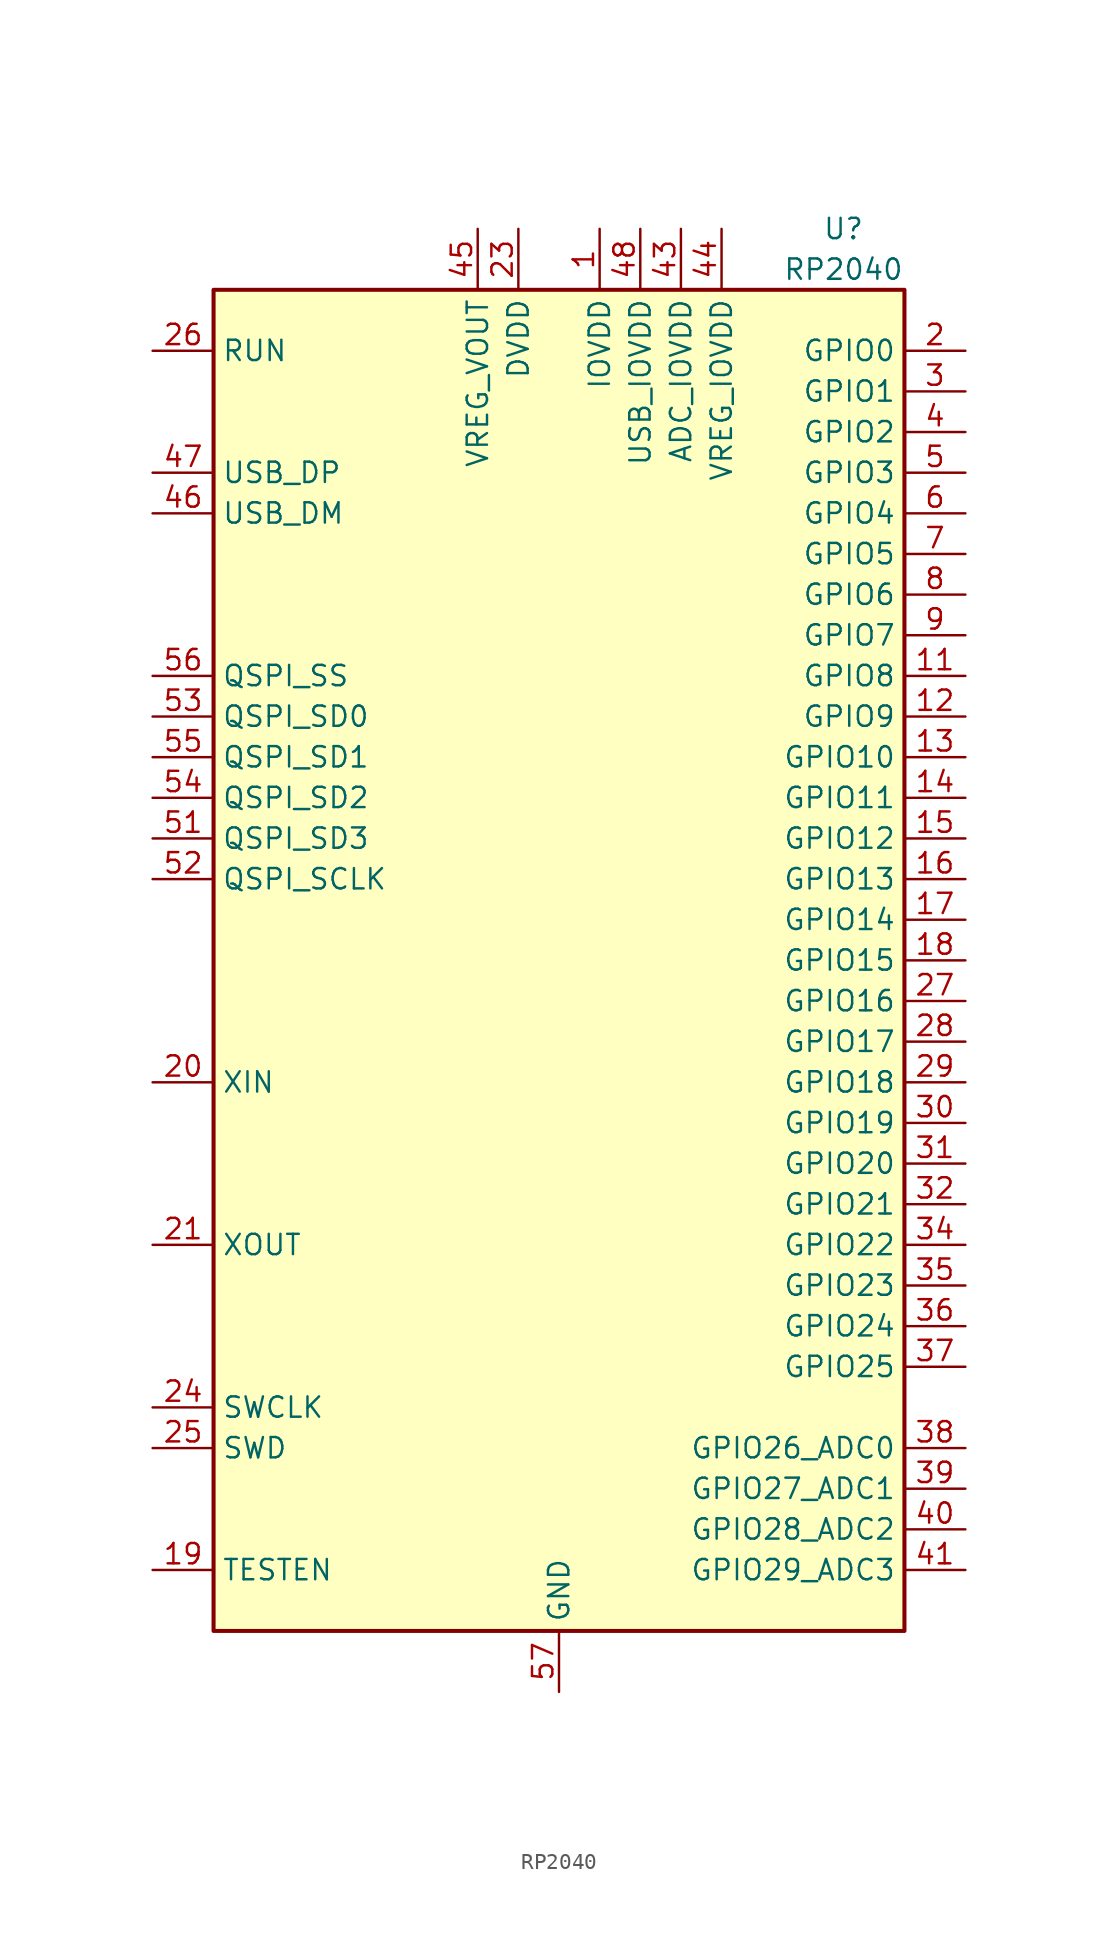
<source format=kicad_sym>
(kicad_symbol_lib
  (version 20241209)
  (generator "kicad_symbol_editor")
  (generator_version "9.0")
  (symbol "RP2040"
    (property "Reference" "U"
      (at 17.78 45.72 0)
      (effects (font (size 1.27 1.27))))
    (property "Value" "RP2040"
      (at 17.78 43.18 0)
      (effects (font (size 1.27 1.27))))
    (symbol "RP2040_0_1"
      (rectangle (start -21.59 41.91) (end 21.59 -41.91) (stroke (width 0.254) (type default)) (fill (type background))))
    (symbol "RP2040_1_1"
      (pin input line (at -25.4 38.1 0) (length 3.81) (name "RUN" (effects (font (size 1.27 1.27)))) (number "26" (effects (font (size 1.27 1.27)))))
      (pin bidirectional line (at -25.4 30.48 0) (length 3.81) (name "USB_DP" (effects (font (size 1.27 1.27)))) (number "47" (effects (font (size 1.27 1.27)))))
      (pin bidirectional line (at -25.4 27.94 0) (length 3.81) (name "USB_DM" (effects (font (size 1.27 1.27)))) (number "46" (effects (font (size 1.27 1.27)))))
      (pin bidirectional line (at -25.4 17.78 0) (length 3.81) (name "QSPI_SS" (effects (font (size 1.27 1.27)))) (number "56" (effects (font (size 1.27 1.27)))))
      (pin bidirectional line (at -25.4 15.24 0) (length 3.81) (name "QSPI_SD0" (effects (font (size 1.27 1.27)))) (number "53" (effects (font (size 1.27 1.27)))))
      (pin bidirectional line (at -25.4 12.7 0) (length 3.81) (name "QSPI_SD1" (effects (font (size 1.27 1.27)))) (number "55" (effects (font (size 1.27 1.27)))))
      (pin bidirectional line (at -25.4 10.16 0) (length 3.81) (name "QSPI_SD2" (effects (font (size 1.27 1.27)))) (number "54" (effects (font (size 1.27 1.27)))))
      (pin bidirectional line (at -25.4 7.62 0) (length 3.81) (name "QSPI_SD3" (effects (font (size 1.27 1.27)))) (number "51" (effects (font (size 1.27 1.27)))))
      (pin output line (at -25.4 5.08 0) (length 3.81) (name "QSPI_SCLK" (effects (font (size 1.27 1.27)))) (number "52" (effects (font (size 1.27 1.27)))))
      (pin input line (at -25.4 -7.62 0) (length 3.81) (name "XIN" (effects (font (size 1.27 1.27)))) (number "20" (effects (font (size 1.27 1.27)))))
      (pin passive line (at -25.4 -17.78 0) (length 3.81) (name "XOUT" (effects (font (size 1.27 1.27)))) (number "21" (effects (font (size 1.27 1.27)))))
      (pin input line (at -25.4 -27.94 0) (length 3.81) (name "SWCLK" (effects (font (size 1.27 1.27)))) (number "24" (effects (font (size 1.27 1.27)))))
      (pin bidirectional line (at -25.4 -30.48 0) (length 3.81) (name "SWD" (effects (font (size 1.27 1.27)))) (number "25" (effects (font (size 1.27 1.27)))))
      (pin input line (at -25.4 -38.1 0) (length 3.81) (name "TESTEN" (effects (font (size 1.27 1.27)))) (number "19" (effects (font (size 1.27 1.27)))))
      (pin power_out line (at -5.08 45.72 270) (length 3.81) (name "VREG_VOUT" (effects (font (size 1.27 1.27)))) (number "45" (effects (font (size 1.27 1.27)))))
      (pin power_in line (at -2.54 45.72 270) (length 3.81) (name "DVDD" (effects (font (size 1.27 1.27)))) (number "23" (effects (font (size 1.27 1.27)))))
      (pin passive line (at -2.54 45.72 270) (length 3.81) (hide yes) (name "DVDD" (effects (font (size 1.27 1.27)))) (number "50" (effects (font (size 1.27 1.27)))))
      (pin power_in line (at 0 -45.72 90) (length 3.81) (name "GND" (effects (font (size 1.27 1.27)))) (number "57" (effects (font (size 1.27 1.27)))))
      (pin power_in line (at 2.54 45.72 270) (length 3.81) (name "IOVDD" (effects (font (size 1.27 1.27)))) (number "1" (effects (font (size 1.27 1.27)))))
      (pin passive line (at 2.54 45.72 270) (length 3.81) (hide yes) (name "IOVDD" (effects (font (size 1.27 1.27)))) (number "10" (effects (font (size 1.27 1.27)))))
      (pin passive line (at 2.54 45.72 270) (length 3.81) (hide yes) (name "IOVDD" (effects (font (size 1.27 1.27)))) (number "22" (effects (font (size 1.27 1.27)))))
      (pin passive line (at 2.54 45.72 270) (length 3.81) (hide yes) (name "IOVDD" (effects (font (size 1.27 1.27)))) (number "33" (effects (font (size 1.27 1.27)))))
      (pin passive line (at 2.54 45.72 270) (length 3.81) (hide yes) (name "IOVDD" (effects (font (size 1.27 1.27)))) (number "42" (effects (font (size 1.27 1.27)))))
      (pin passive line (at 2.54 45.72 270) (length 3.81) (hide yes) (name "IOVDD" (effects (font (size 1.27 1.27)))) (number "49" (effects (font (size 1.27 1.27)))))
      (pin power_in line (at 5.08 45.72 270) (length 3.81) (name "USB_IOVDD" (effects (font (size 1.27 1.27)))) (number "48" (effects (font (size 1.27 1.27)))))
      (pin power_in line (at 7.62 45.72 270) (length 3.81) (name "ADC_IOVDD" (effects (font (size 1.27 1.27)))) (number "43" (effects (font (size 1.27 1.27)))))
      (pin power_in line (at 10.16 45.72 270) (length 3.81) (name "VREG_IOVDD" (effects (font (size 1.27 1.27)))) (number "44" (effects (font (size 1.27 1.27)))))
      (pin bidirectional line (at 25.4 38.1 180) (length 3.81) (name "GPIO0" (effects (font (size 1.27 1.27)))) (number "2" (effects (font (size 1.27 1.27)))))
      (pin bidirectional line (at 25.4 35.56 180) (length 3.81) (name "GPIO1" (effects (font (size 1.27 1.27)))) (number "3" (effects (font (size 1.27 1.27)))))
      (pin bidirectional line (at 25.4 33.02 180) (length 3.81) (name "GPIO2" (effects (font (size 1.27 1.27)))) (number "4" (effects (font (size 1.27 1.27)))))
      (pin bidirectional line (at 25.4 30.48 180) (length 3.81) (name "GPIO3" (effects (font (size 1.27 1.27)))) (number "5" (effects (font (size 1.27 1.27)))))
      (pin bidirectional line (at 25.4 27.94 180) (length 3.81) (name "GPIO4" (effects (font (size 1.27 1.27)))) (number "6" (effects (font (size 1.27 1.27)))))
      (pin bidirectional line (at 25.4 25.4 180) (length 3.81) (name "GPIO5" (effects (font (size 1.27 1.27)))) (number "7" (effects (font (size 1.27 1.27)))))
      (pin bidirectional line (at 25.4 22.86 180) (length 3.81) (name "GPIO6" (effects (font (size 1.27 1.27)))) (number "8" (effects (font (size 1.27 1.27)))))
      (pin bidirectional line (at 25.4 20.32 180) (length 3.81) (name "GPIO7" (effects (font (size 1.27 1.27)))) (number "9" (effects (font (size 1.27 1.27)))))
      (pin bidirectional line (at 25.4 17.78 180) (length 3.81) (name "GPIO8" (effects (font (size 1.27 1.27)))) (number "11" (effects (font (size 1.27 1.27)))))
      (pin bidirectional line (at 25.4 15.24 180) (length 3.81) (name "GPIO9" (effects (font (size 1.27 1.27)))) (number "12" (effects (font (size 1.27 1.27)))))
      (pin bidirectional line (at 25.4 12.7 180) (length 3.81) (name "GPIO10" (effects (font (size 1.27 1.27)))) (number "13" (effects (font (size 1.27 1.27)))))
      (pin bidirectional line (at 25.4 10.16 180) (length 3.81) (name "GPIO11" (effects (font (size 1.27 1.27)))) (number "14" (effects (font (size 1.27 1.27)))))
      (pin bidirectional line (at 25.4 7.62 180) (length 3.81) (name "GPIO12" (effects (font (size 1.27 1.27)))) (number "15" (effects (font (size 1.27 1.27)))))
      (pin bidirectional line (at 25.4 5.08 180) (length 3.81) (name "GPIO13" (effects (font (size 1.27 1.27)))) (number "16" (effects (font (size 1.27 1.27)))))
      (pin bidirectional line (at 25.4 2.54 180) (length 3.81) (name "GPIO14" (effects (font (size 1.27 1.27)))) (number "17" (effects (font (size 1.27 1.27)))))
      (pin bidirectional line (at 25.4 0 180) (length 3.81) (name "GPIO15" (effects (font (size 1.27 1.27)))) (number "18" (effects (font (size 1.27 1.27)))))
      (pin bidirectional line (at 25.4 -2.54 180) (length 3.81) (name "GPIO16" (effects (font (size 1.27 1.27)))) (number "27" (effects (font (size 1.27 1.27)))))
      (pin bidirectional line (at 25.4 -5.08 180) (length 3.81) (name "GPIO17" (effects (font (size 1.27 1.27)))) (number "28" (effects (font (size 1.27 1.27)))))
      (pin bidirectional line (at 25.4 -7.62 180) (length 3.81) (name "GPIO18" (effects (font (size 1.27 1.27)))) (number "29" (effects (font (size 1.27 1.27)))))
      (pin bidirectional line (at 25.4 -10.16 180) (length 3.81) (name "GPIO19" (effects (font (size 1.27 1.27)))) (number "30" (effects (font (size 1.27 1.27)))))
      (pin bidirectional line (at 25.4 -12.7 180) (length 3.81) (name "GPIO20" (effects (font (size 1.27 1.27)))) (number "31" (effects (font (size 1.27 1.27)))))
      (pin bidirectional line (at 25.4 -15.24 180) (length 3.81) (name "GPIO21" (effects (font (size 1.27 1.27)))) (number "32" (effects (font (size 1.27 1.27)))))
      (pin bidirectional line (at 25.4 -17.78 180) (length 3.81) (name "GPIO22" (effects (font (size 1.27 1.27)))) (number "34" (effects (font (size 1.27 1.27)))))
      (pin bidirectional line (at 25.4 -20.32 180) (length 3.81) (name "GPIO23" (effects (font (size 1.27 1.27)))) (number "35" (effects (font (size 1.27 1.27)))))
      (pin bidirectional line (at 25.4 -22.86 180) (length 3.81) (name "GPIO24" (effects (font (size 1.27 1.27)))) (number "36" (effects (font (size 1.27 1.27)))))
      (pin bidirectional line (at 25.4 -25.4 180) (length 3.81) (name "GPIO25" (effects (font (size 1.27 1.27)))) (number "37" (effects (font (size 1.27 1.27)))))
      (pin bidirectional line (at 25.4 -30.48 180) (length 3.81) (name "GPIO26_ADC0" (effects (font (size 1.27 1.27)))) (number "38" (effects (font (size 1.27 1.27)))))
      (pin bidirectional line (at 25.4 -33.02 180) (length 3.81) (name "GPIO27_ADC1" (effects (font (size 1.27 1.27)))) (number "39" (effects (font (size 1.27 1.27)))))
      (pin bidirectional line (at 25.4 -35.56 180) (length 3.81) (name "GPIO28_ADC2" (effects (font (size 1.27 1.27)))) (number "40" (effects (font (size 1.27 1.27)))))
      (pin bidirectional line (at 25.4 -38.1 180) (length 3.81) (name "GPIO29_ADC3" (effects (font (size 1.27 1.27)))) (number "41" (effects (font (size 1.27 1.27))))))))
</source>
